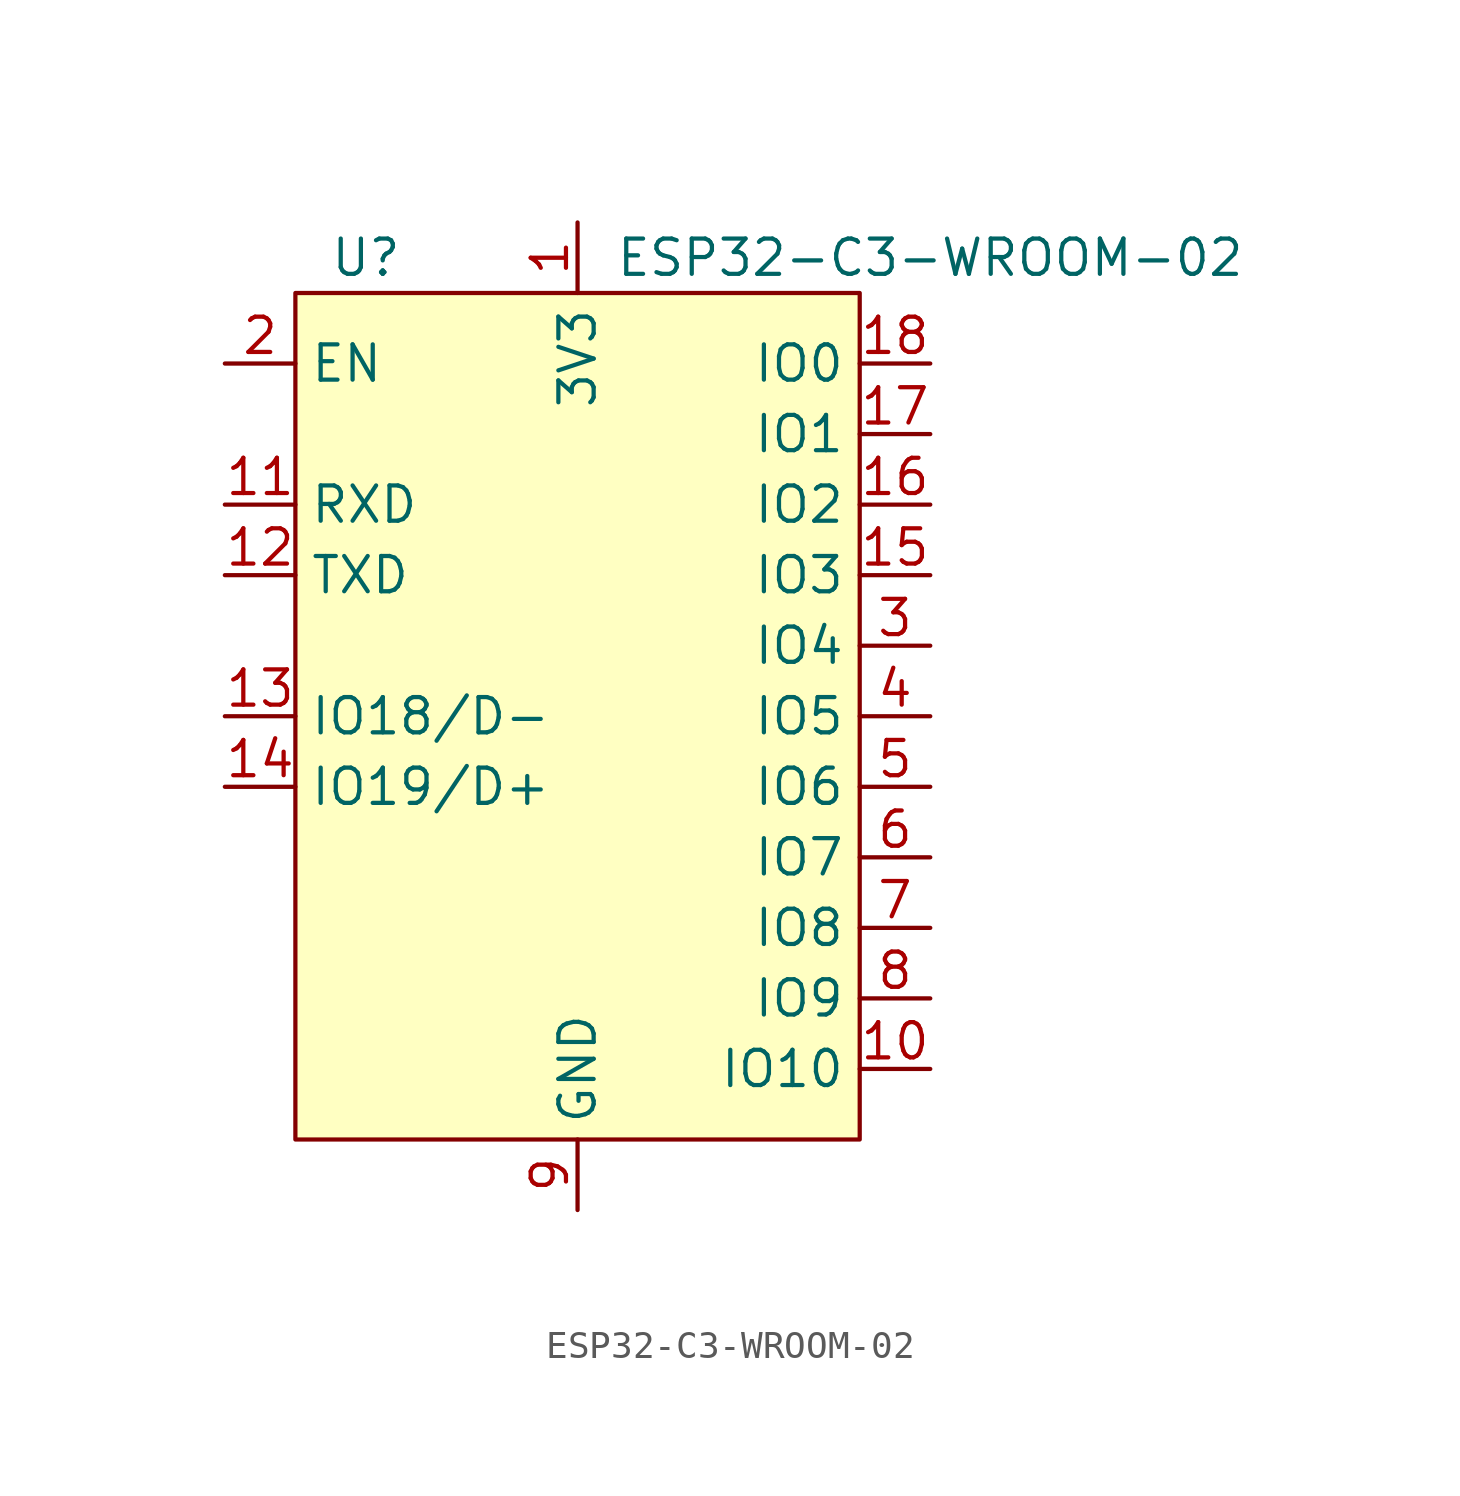
<source format=kicad_sym>
(kicad_symbol_lib
  (version 20211014)
  (generator kicad_symbol_editor)
  (symbol "ESP32-C3-WROOM-02"
    (property "Reference" "U"
      (at -7.62 16.51 0)
      (effects (font (size 1.27 1.27))))
    (property "Value" "ESP32-C3-WROOM-02"
      (at 12.7 16.51 0)
      (effects (font (size 1.27 1.27))))
    (symbol "ESP32-C3-WROOM-02_0_1"
      (rectangle (start -10.16 15.24) (end 10.16 -15.24) (stroke (width 0) (type default) (color 0 0 0 0)) (fill (type background))))
    (symbol "ESP32-C3-WROOM-02_1_1"
      (pin power_in line (at 0 17.78 270) (length 2.54) (name "3V3" (effects (font (size 1.27 1.27)))) (number "1" (effects (font (size 1.27 1.27)))))
      (pin bidirectional line (at 12.7 -12.7 180) (length 2.54) (name "IO10" (effects (font (size 1.27 1.27)))) (number "10" (effects (font (size 1.27 1.27)))))
      (pin bidirectional line (at -12.7 7.62 0) (length 2.54) (name "RXD" (effects (font (size 1.27 1.27)))) (number "11" (effects (font (size 1.27 1.27)))))
      (pin bidirectional line (at -12.7 5.08 0) (length 2.54) (name "TXD" (effects (font (size 1.27 1.27)))) (number "12" (effects (font (size 1.27 1.27)))))
      (pin bidirectional line (at -12.7 0 0) (length 2.54) (name "IO18/D-" (effects (font (size 1.27 1.27)))) (number "13" (effects (font (size 1.27 1.27)))))
      (pin bidirectional line (at -12.7 -2.54 0) (length 2.54) (name "IO19/D+" (effects (font (size 1.27 1.27)))) (number "14" (effects (font (size 1.27 1.27)))))
      (pin bidirectional line (at 12.7 5.08 180) (length 2.54) (name "IO3" (effects (font (size 1.27 1.27)))) (number "15" (effects (font (size 1.27 1.27)))))
      (pin bidirectional line (at 12.7 7.62 180) (length 2.54) (name "IO2" (effects (font (size 1.27 1.27)))) (number "16" (effects (font (size 1.27 1.27)))))
      (pin bidirectional line (at 12.7 10.16 180) (length 2.54) (name "IO1" (effects (font (size 1.27 1.27)))) (number "17" (effects (font (size 1.27 1.27)))))
      (pin bidirectional line (at 12.7 12.7 180) (length 2.54) (name "IO0" (effects (font (size 1.27 1.27)))) (number "18" (effects (font (size 1.27 1.27)))))
      (pin passive line (at 0 -17.78 90) (length 2.54) hide (name "GND" (effects (font (size 1.27 1.27)))) (number "19" (effects (font (size 1.27 1.27)))))
      (pin input line (at -12.7 12.7 0) (length 2.54) (name "EN" (effects (font (size 1.27 1.27)))) (number "2" (effects (font (size 1.27 1.27)))))
      (pin bidirectional line (at 12.7 2.54 180) (length 2.54) (name "IO4" (effects (font (size 1.27 1.27)))) (number "3" (effects (font (size 1.27 1.27)))))
      (pin bidirectional line (at 12.7 0 180) (length 2.54) (name "IO5" (effects (font (size 1.27 1.27)))) (number "4" (effects (font (size 1.27 1.27)))))
      (pin bidirectional line (at 12.7 -2.54 180) (length 2.54) (name "IO6" (effects (font (size 1.27 1.27)))) (number "5" (effects (font (size 1.27 1.27)))))
      (pin bidirectional line (at 12.7 -5.08 180) (length 2.54) (name "IO7" (effects (font (size 1.27 1.27)))) (number "6" (effects (font (size 1.27 1.27)))))
      (pin bidirectional line (at 12.7 -7.62 180) (length 2.54) (name "IO8" (effects (font (size 1.27 1.27)))) (number "7" (effects (font (size 1.27 1.27)))))
      (pin bidirectional line (at 12.7 -10.16 180) (length 2.54) (name "IO9" (effects (font (size 1.27 1.27)))) (number "8" (effects (font (size 1.27 1.27)))))
      (pin power_in line (at 0 -17.78 90) (length 2.54) (name "GND" (effects (font (size 1.27 1.27)))) (number "9" (effects (font (size 1.27 1.27))))))))
</source>
